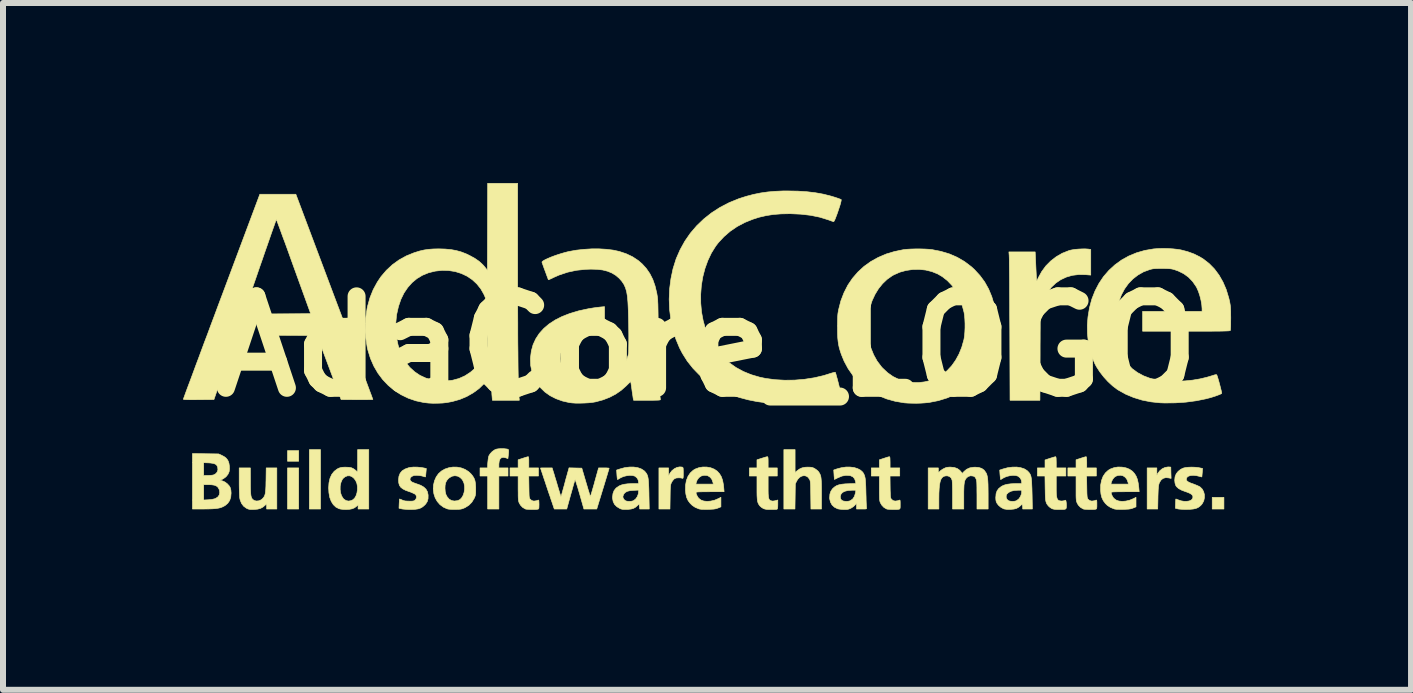
<source format=kicad_pcb>
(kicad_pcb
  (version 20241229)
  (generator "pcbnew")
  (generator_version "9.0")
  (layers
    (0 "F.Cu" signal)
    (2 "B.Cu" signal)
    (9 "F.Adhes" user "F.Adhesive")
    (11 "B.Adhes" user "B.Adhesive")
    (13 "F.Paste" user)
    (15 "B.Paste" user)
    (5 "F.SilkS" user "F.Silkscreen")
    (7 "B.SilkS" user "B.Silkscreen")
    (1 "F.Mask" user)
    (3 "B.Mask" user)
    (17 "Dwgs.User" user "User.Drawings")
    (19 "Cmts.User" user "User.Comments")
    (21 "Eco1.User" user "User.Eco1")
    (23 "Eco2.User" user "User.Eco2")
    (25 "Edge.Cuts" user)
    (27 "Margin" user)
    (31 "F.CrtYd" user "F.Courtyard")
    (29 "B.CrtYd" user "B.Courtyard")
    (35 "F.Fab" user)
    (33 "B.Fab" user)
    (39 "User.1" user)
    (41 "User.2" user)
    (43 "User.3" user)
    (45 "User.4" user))
  (footprint "AdaCore_LOGO"
    (layer "F.Cu")
    (at 8.734 2.723)
    (property "Reference" "AdaCore_LOGO" (at 0 0 0) (layer "F.SilkS") (effects (font (size 1.524 1.524) (thickness 0.3))))
    (attr through_hole)
    (fp_poly (pts (xy -6.807 1.913) (xy -6.993 1.913) (xy -6.993 1.736) (xy -6.807 1.736) (xy -6.807 1.913)) (stroke (width 0.01) (type solid)) (fill yes) (layer "F.SilkS"))
    (fp_poly (pts (xy -6.807 2.709) (xy -6.993 2.709) (xy -6.993 2.024) (xy -6.807 2.024) (xy -6.807 2.709)) (stroke (width 0.01) (type solid)) (fill yes) (layer "F.SilkS"))
    (fp_poly (pts (xy -6.443 2.709) (xy -6.629 2.709) (xy -6.629 1.719) (xy -6.443 1.719) (xy -6.443 2.709)) (stroke (width 0.01) (type solid)) (fill yes) (layer "F.SilkS"))
    (fp_poly (pts (xy 8.611 2.709) (xy 8.416 2.709) (xy 8.416 2.515) (xy 8.611 2.515) (xy 8.611 2.709)) (stroke (width 0.01) (type solid)) (fill yes) (layer "F.SilkS"))
    (fp_poly (pts (xy 7.695 2.008) (xy 7.726 2.011) (xy 7.728 2.105) (xy 7.731 2.199) (xy 7.693 2.191) (xy 7.644 2.186) (xy 7.601 2.197) (xy 7.566 2.223) (xy 7.539 2.264) (xy 7.531 2.284) (xy 7.526 2.301) (xy 7.522 2.323) (xy 7.519 2.352) (xy 7.516 2.39) (xy 7.514 2.441) (xy 7.512 2.505) (xy 7.512 2.517) (xy 7.508 2.709) (xy 7.332 2.709) (xy 7.332 2.024) (xy 7.493 2.024) (xy 7.493 2.085) (xy 7.494 2.146) (xy 7.51 2.115) (xy 7.541 2.073) (xy 7.582 2.039) (xy 7.629 2.017) (xy 7.679 2.008) (xy 7.695 2.008)) (stroke (width 0.01) (type solid)) (fill yes) (layer "F.SilkS"))
    (fp_poly (pts (xy -3.392 1.703) (xy -3.349 1.708) (xy -3.34 1.709) (xy -3.325 1.712) (xy -3.315 1.717) (xy -3.309 1.726) (xy -3.308 1.742) (xy -3.309 1.768) (xy -3.313 1.807) (xy -3.315 1.825) (xy -3.32 1.869) (xy -3.356 1.856) (xy -3.396 1.848) (xy -3.427 1.854) (xy -3.451 1.875) (xy -3.465 1.91) (xy -3.471 1.959) (xy -3.471 1.966) (xy -3.471 2.024) (xy -3.319 2.024) (xy -3.319 2.159) (xy -3.471 2.159) (xy -3.471 2.709) (xy -3.658 2.709) (xy -3.658 2.159) (xy -3.785 2.159) (xy -3.785 2.024) (xy -3.66 2.024) (xy -3.656 1.941) (xy -3.651 1.893) (xy -3.645 1.851) (xy -3.637 1.822) (xy -3.615 1.787) (xy -3.583 1.753) (xy -3.546 1.726) (xy -3.515 1.712) (xy -3.482 1.706) (xy -3.439 1.703) (xy -3.392 1.703)) (stroke (width 0.01) (type solid)) (fill yes) (layer "F.SilkS"))
    (fp_poly (pts (xy -0.419 2.01) (xy -0.41 2.013) (xy -0.404 2.018) (xy -0.4 2.029) (xy -0.399 2.048) (xy -0.398 2.078) (xy -0.398 2.109) (xy -0.398 2.15) (xy -0.399 2.176) (xy -0.401 2.191) (xy -0.404 2.197) (xy -0.41 2.198) (xy -0.417 2.196) (xy -0.437 2.191) (xy -0.465 2.189) (xy -0.48 2.189) (xy -0.52 2.193) (xy -0.551 2.209) (xy -0.577 2.239) (xy -0.593 2.265) (xy -0.599 2.279) (xy -0.605 2.292) (xy -0.608 2.308) (xy -0.611 2.327) (xy -0.613 2.354) (xy -0.615 2.389) (xy -0.616 2.437) (xy -0.617 2.498) (xy -0.617 2.508) (xy -0.62 2.709) (xy -0.804 2.709) (xy -0.804 2.024) (xy -0.643 2.024) (xy -0.643 2.089) (xy -0.643 2.155) (xy -0.618 2.11) (xy -0.587 2.07) (xy -0.547 2.038) (xy -0.503 2.016) (xy -0.457 2.007) (xy -0.419 2.01)) (stroke (width 0.01) (type solid)) (fill yes) (layer "F.SilkS"))
    (fp_poly (pts (xy 1.465 2.101) (xy 1.496 2.074) (xy 1.538 2.043) (xy 1.582 2.023) (xy 1.633 2.013) (xy 1.676 2.011) (xy 1.714 2.012) (xy 1.741 2.015) (xy 1.763 2.021) (xy 1.787 2.032) (xy 1.792 2.035) (xy 1.821 2.055) (xy 1.848 2.078) (xy 1.859 2.092) (xy 1.871 2.111) (xy 1.881 2.13) (xy 1.889 2.151) (xy 1.895 2.175) (xy 1.899 2.206) (xy 1.902 2.246) (xy 1.904 2.295) (xy 1.905 2.356) (xy 1.905 2.432) (xy 1.905 2.457) (xy 1.905 2.709) (xy 1.729 2.709) (xy 1.726 2.479) (xy 1.725 2.409) (xy 1.724 2.355) (xy 1.723 2.313) (xy 1.721 2.281) (xy 1.719 2.258) (xy 1.716 2.24) (xy 1.712 2.227) (xy 1.707 2.216) (xy 1.706 2.214) (xy 1.681 2.18) (xy 1.65 2.16) (xy 1.615 2.153) (xy 1.578 2.16) (xy 1.543 2.179) (xy 1.512 2.211) (xy 1.493 2.241) (xy 1.469 2.29) (xy 1.466 2.5) (xy 1.463 2.709) (xy 1.278 2.709) (xy 1.278 1.719) (xy 1.465 1.719) (xy 1.465 2.101)) (stroke (width 0.01) (type solid)) (fill yes) (layer "F.SilkS"))
    (fp_poly (pts (xy -7.611 2.246) (xy -7.611 2.321) (xy -7.61 2.381) (xy -7.608 2.429) (xy -7.605 2.465) (xy -7.601 2.493) (xy -7.595 2.514) (xy -7.587 2.531) (xy -7.577 2.545) (xy -7.573 2.549) (xy -7.544 2.569) (xy -7.509 2.576) (xy -7.47 2.572) (xy -7.433 2.556) (xy -7.412 2.539) (xy -7.396 2.522) (xy -7.383 2.504) (xy -7.373 2.483) (xy -7.365 2.457) (xy -7.36 2.424) (xy -7.356 2.381) (xy -7.353 2.327) (xy -7.352 2.258) (xy -7.351 2.229) (xy -7.348 2.024) (xy -7.171 2.024) (xy -7.171 2.709) (xy -7.341 2.709) (xy -7.341 2.621) (xy -7.368 2.648) (xy -7.405 2.678) (xy -7.444 2.699) (xy -7.49 2.711) (xy -7.546 2.716) (xy -7.552 2.716) (xy -7.591 2.717) (xy -7.618 2.716) (xy -7.639 2.712) (xy -7.659 2.705) (xy -7.679 2.695) (xy -7.724 2.662) (xy -7.759 2.616) (xy -7.782 2.559) (xy -7.789 2.528) (xy -7.791 2.505) (xy -7.793 2.468) (xy -7.795 2.419) (xy -7.797 2.362) (xy -7.798 2.3) (xy -7.798 2.249) (xy -7.798 2.024) (xy -7.612 2.024) (xy -7.611 2.246)) (stroke (width 0.01) (type solid)) (fill yes) (layer "F.SilkS"))
    (fp_poly (pts (xy 1.009 1.84) (xy 1.013 1.85) (xy 1.015 1.87) (xy 1.016 1.902) (xy 1.016 1.93) (xy 1.016 2.024) (xy 1.168 2.024) (xy 1.168 2.159) (xy 1.016 2.159) (xy 1.016 2.337) (xy 1.016 2.404) (xy 1.017 2.456) (xy 1.02 2.496) (xy 1.024 2.524) (xy 1.031 2.544) (xy 1.04 2.558) (xy 1.052 2.567) (xy 1.066 2.572) (xy 1.092 2.577) (xy 1.123 2.573) (xy 1.134 2.57) (xy 1.177 2.559) (xy 1.177 2.633) (xy 1.176 2.671) (xy 1.174 2.694) (xy 1.17 2.707) (xy 1.163 2.713) (xy 1.15 2.715) (xy 1.123 2.716) (xy 1.088 2.717) (xy 1.06 2.717) (xy 1.015 2.717) (xy 0.983 2.714) (xy 0.959 2.709) (xy 0.938 2.702) (xy 0.933 2.699) (xy 0.906 2.682) (xy 0.882 2.661) (xy 0.876 2.655) (xy 0.862 2.635) (xy 0.851 2.615) (xy 0.843 2.593) (xy 0.837 2.566) (xy 0.834 2.532) (xy 0.831 2.487) (xy 0.83 2.431) (xy 0.83 2.361) (xy 0.83 2.357) (xy 0.83 2.159) (xy 0.703 2.159) (xy 0.703 2.024) (xy 0.83 2.024) (xy 0.83 1.889) (xy 0.91 1.863) (xy 0.946 1.852) (xy 0.976 1.843) (xy 0.997 1.838) (xy 1.003 1.837) (xy 1.009 1.84)) (stroke (width 0.01) (type solid)) (fill yes) (layer "F.SilkS"))
    (fp_poly (pts (xy -2.977 1.842) (xy -2.974 1.858) (xy -2.972 1.888) (xy -2.972 1.93) (xy -2.972 2.024) (xy -2.811 2.024) (xy -2.811 2.159) (xy -2.973 2.159) (xy -2.97 2.34) (xy -2.969 2.401) (xy -2.968 2.447) (xy -2.967 2.481) (xy -2.965 2.505) (xy -2.962 2.521) (xy -2.958 2.533) (xy -2.952 2.542) (xy -2.95 2.545) (xy -2.923 2.568) (xy -2.888 2.577) (xy -2.844 2.571) (xy -2.817 2.561) (xy -2.81 2.56) (xy -2.806 2.564) (xy -2.804 2.578) (xy -2.803 2.604) (xy -2.802 2.631) (xy -2.803 2.667) (xy -2.804 2.69) (xy -2.807 2.703) (xy -2.813 2.709) (xy -2.822 2.712) (xy -2.842 2.715) (xy -2.874 2.717) (xy -2.912 2.717) (xy -2.951 2.716) (xy -2.988 2.714) (xy -3.016 2.712) (xy -3.031 2.708) (xy -3.075 2.682) (xy -3.111 2.644) (xy -3.129 2.613) (xy -3.136 2.599) (xy -3.14 2.585) (xy -3.144 2.57) (xy -3.146 2.55) (xy -3.148 2.523) (xy -3.149 2.488) (xy -3.149 2.44) (xy -3.15 2.379) (xy -3.15 2.364) (xy -3.15 2.159) (xy -3.285 2.159) (xy -3.285 2.024) (xy -3.15 2.024) (xy -3.15 1.889) (xy -3.071 1.863) (xy -3.037 1.852) (xy -3.007 1.843) (xy -2.988 1.838) (xy -2.982 1.837) (xy -2.977 1.842)) (stroke (width 0.01) (type solid)) (fill yes) (layer "F.SilkS"))
    (fp_poly (pts (xy 3.042 1.842) (xy 3.046 1.858) (xy 3.047 1.888) (xy 3.048 1.93) (xy 3.048 2.024) (xy 3.209 2.024) (xy 3.209 2.159) (xy 3.047 2.159) (xy 3.049 2.34) (xy 3.05 2.401) (xy 3.052 2.447) (xy 3.053 2.481) (xy 3.055 2.505) (xy 3.058 2.521) (xy 3.062 2.533) (xy 3.068 2.542) (xy 3.07 2.545) (xy 3.097 2.568) (xy 3.132 2.577) (xy 3.176 2.571) (xy 3.203 2.561) (xy 3.21 2.56) (xy 3.214 2.564) (xy 3.216 2.578) (xy 3.217 2.604) (xy 3.217 2.631) (xy 3.217 2.667) (xy 3.216 2.69) (xy 3.212 2.703) (xy 3.206 2.709) (xy 3.198 2.712) (xy 3.178 2.715) (xy 3.146 2.717) (xy 3.108 2.717) (xy 3.069 2.716) (xy 3.032 2.714) (xy 3.004 2.712) (xy 2.989 2.708) (xy 2.945 2.682) (xy 2.909 2.644) (xy 2.891 2.613) (xy 2.884 2.599) (xy 2.879 2.585) (xy 2.876 2.57) (xy 2.873 2.55) (xy 2.872 2.523) (xy 2.871 2.488) (xy 2.87 2.44) (xy 2.87 2.379) (xy 2.87 2.364) (xy 2.87 2.159) (xy 2.735 2.159) (xy 2.735 2.024) (xy 2.87 2.024) (xy 2.87 1.889) (xy 2.949 1.863) (xy 2.983 1.852) (xy 3.012 1.843) (xy 3.032 1.838) (xy 3.037 1.837) (xy 3.042 1.842)) (stroke (width 0.01) (type solid)) (fill yes) (layer "F.SilkS"))
    (fp_poly (pts (xy 6.319 1.842) (xy 6.322 1.858) (xy 6.324 1.888) (xy 6.325 1.93) (xy 6.325 2.024) (xy 6.485 2.024) (xy 6.485 2.159) (xy 6.323 2.159) (xy 6.326 2.34) (xy 6.327 2.401) (xy 6.328 2.447) (xy 6.33 2.481) (xy 6.332 2.505) (xy 6.335 2.521) (xy 6.339 2.533) (xy 6.344 2.542) (xy 6.346 2.545) (xy 6.373 2.568) (xy 6.409 2.577) (xy 6.452 2.571) (xy 6.479 2.561) (xy 6.486 2.56) (xy 6.491 2.564) (xy 6.493 2.578) (xy 6.494 2.604) (xy 6.494 2.631) (xy 6.494 2.667) (xy 6.492 2.69) (xy 6.489 2.703) (xy 6.483 2.709) (xy 6.475 2.712) (xy 6.454 2.715) (xy 6.423 2.717) (xy 6.385 2.717) (xy 6.345 2.716) (xy 6.309 2.714) (xy 6.28 2.712) (xy 6.266 2.708) (xy 6.222 2.682) (xy 6.185 2.644) (xy 6.167 2.613) (xy 6.161 2.599) (xy 6.156 2.585) (xy 6.152 2.57) (xy 6.15 2.55) (xy 6.148 2.523) (xy 6.147 2.488) (xy 6.147 2.44) (xy 6.147 2.379) (xy 6.147 2.364) (xy 6.147 2.159) (xy 6.011 2.159) (xy 6.011 2.024) (xy 6.147 2.024) (xy 6.147 1.889) (xy 6.225 1.863) (xy 6.26 1.852) (xy 6.289 1.843) (xy 6.309 1.838) (xy 6.314 1.837) (xy 6.319 1.842)) (stroke (width 0.01) (type solid)) (fill yes) (layer "F.SilkS"))
    (fp_poly (pts (xy 5.811 1.843) (xy 5.815 1.861) (xy 5.816 1.894) (xy 5.817 1.93) (xy 5.817 2.024) (xy 5.977 2.024) (xy 5.977 2.159) (xy 5.817 2.159) (xy 5.817 2.329) (xy 5.817 2.395) (xy 5.818 2.447) (xy 5.821 2.486) (xy 5.826 2.515) (xy 5.832 2.536) (xy 5.841 2.552) (xy 5.853 2.564) (xy 5.854 2.565) (xy 5.873 2.572) (xy 5.901 2.576) (xy 5.931 2.574) (xy 5.956 2.568) (xy 5.959 2.566) (xy 5.971 2.562) (xy 5.977 2.569) (xy 5.981 2.584) (xy 5.984 2.607) (xy 5.986 2.639) (xy 5.986 2.659) (xy 5.985 2.682) (xy 5.982 2.698) (xy 5.974 2.708) (xy 5.958 2.714) (xy 5.932 2.717) (xy 5.893 2.717) (xy 5.863 2.717) (xy 5.816 2.716) (xy 5.782 2.713) (xy 5.756 2.707) (xy 5.744 2.702) (xy 5.716 2.685) (xy 5.69 2.662) (xy 5.686 2.658) (xy 5.671 2.639) (xy 5.659 2.622) (xy 5.651 2.603) (xy 5.644 2.581) (xy 5.639 2.552) (xy 5.636 2.515) (xy 5.634 2.467) (xy 5.633 2.406) (xy 5.632 2.364) (xy 5.629 2.159) (xy 5.503 2.159) (xy 5.503 2.024) (xy 5.63 2.024) (xy 5.63 1.892) (xy 5.713 1.864) (xy 5.749 1.853) (xy 5.779 1.844) (xy 5.8 1.838) (xy 5.806 1.837) (xy 5.811 1.843)) (stroke (width 0.01) (type solid)) (fill yes) (layer "F.SilkS"))
    (fp_poly (pts (xy -5.639 2.709) (xy -5.817 2.709) (xy -5.817 2.638) (xy -5.84 2.661) (xy -5.875 2.688) (xy -5.914 2.705) (xy -5.962 2.714) (xy -6.02 2.717) (xy -6.066 2.715) (xy -6.105 2.711) (xy -6.134 2.704) (xy -6.135 2.704) (xy -6.187 2.677) (xy -6.23 2.636) (xy -6.264 2.582) (xy -6.289 2.516) (xy -6.303 2.438) (xy -6.306 2.383) (xy -6.116 2.383) (xy -6.109 2.439) (xy -6.092 2.49) (xy -6.066 2.531) (xy -6.056 2.543) (xy -6.018 2.568) (xy -5.977 2.577) (xy -5.934 2.57) (xy -5.904 2.555) (xy -5.875 2.529) (xy -5.852 2.49) (xy -5.836 2.442) (xy -5.828 2.389) (xy -5.828 2.334) (xy -5.837 2.282) (xy -5.838 2.281) (xy -5.856 2.237) (xy -5.884 2.199) (xy -5.918 2.171) (xy -5.953 2.156) (xy -5.954 2.156) (xy -5.995 2.156) (xy -6.034 2.172) (xy -6.068 2.2) (xy -6.082 2.22) (xy -6.103 2.269) (xy -6.115 2.325) (xy -6.116 2.383) (xy -6.306 2.383) (xy -6.308 2.362) (xy -6.302 2.273) (xy -6.285 2.197) (xy -6.256 2.133) (xy -6.215 2.081) (xy -6.164 2.042) (xy -6.139 2.029) (xy -6.112 2.02) (xy -6.082 2.014) (xy -6.042 2.012) (xy -6.024 2.012) (xy -5.973 2.014) (xy -5.933 2.02) (xy -5.9 2.034) (xy -5.868 2.056) (xy -5.856 2.066) (xy -5.825 2.093) (xy -5.825 1.719) (xy -5.639 1.719) (xy -5.639 2.709)) (stroke (width 0.01) (type solid)) (fill yes) (layer "F.SilkS"))
    (fp_poly (pts (xy -0.005 2.01) (xy 0.06 2.022) (xy 0.118 2.045) (xy 0.167 2.078) (xy 0.168 2.079) (xy 0.206 2.121) (xy 0.236 2.171) (xy 0.257 2.231) (xy 0.271 2.304) (xy 0.276 2.351) (xy 0.282 2.421) (xy 0.048 2.421) (xy -0.022 2.422) (xy -0.077 2.422) (xy -0.118 2.423) (xy -0.148 2.424) (xy -0.167 2.426) (xy -0.179 2.428) (xy -0.185 2.431) (xy -0.186 2.434) (xy -0.182 2.457) (xy -0.17 2.485) (xy -0.154 2.513) (xy -0.141 2.53) (xy -0.104 2.559) (xy -0.057 2.576) (xy -0.001 2.582) (xy 0.06 2.577) (xy 0.124 2.562) (xy 0.188 2.535) (xy 0.229 2.514) (xy 0.229 2.673) (xy 0.18 2.693) (xy 0.157 2.701) (xy 0.133 2.707) (xy 0.104 2.711) (xy 0.067 2.713) (xy 0.018 2.715) (xy 0.013 2.715) (xy -0.048 2.715) (xy -0.094 2.714) (xy -0.126 2.71) (xy -0.14 2.706) (xy -0.2 2.681) (xy -0.249 2.648) (xy -0.282 2.616) (xy -0.317 2.57) (xy -0.341 2.519) (xy -0.355 2.46) (xy -0.362 2.396) (xy -0.36 2.31) (xy -0.357 2.294) (xy -0.188 2.294) (xy 0.103 2.294) (xy 0.097 2.267) (xy 0.08 2.218) (xy 0.052 2.181) (xy 0.015 2.157) (xy -0.005 2.15) (xy -0.053 2.147) (xy -0.098 2.159) (xy -0.136 2.185) (xy -0.165 2.222) (xy -0.182 2.267) (xy -0.188 2.294) (xy -0.357 2.294) (xy -0.346 2.232) (xy -0.319 2.164) (xy -0.281 2.108) (xy -0.232 2.063) (xy -0.197 2.042) (xy -0.137 2.02) (xy -0.072 2.009) (xy -0.005 2.01)) (stroke (width 0.01) (type solid)) (fill yes) (layer "F.SilkS"))
    (fp_poly (pts (xy -4.167 2.011) (xy -4.099 2.024) (xy -4.034 2.049) (xy -3.976 2.086) (xy -3.938 2.121) (xy -3.907 2.159) (xy -3.884 2.197) (xy -3.869 2.238) (xy -3.861 2.286) (xy -3.857 2.346) (xy -3.857 2.371) (xy -3.857 2.416) (xy -3.858 2.448) (xy -3.861 2.472) (xy -3.866 2.492) (xy -3.874 2.513) (xy -3.883 2.532) (xy -3.921 2.595) (xy -3.971 2.646) (xy -4.033 2.685) (xy -4.037 2.687) (xy -4.063 2.698) (xy -4.085 2.706) (xy -4.107 2.711) (xy -4.136 2.714) (xy -4.174 2.715) (xy -4.195 2.715) (xy -4.258 2.715) (xy -4.305 2.712) (xy -4.333 2.706) (xy -4.397 2.677) (xy -4.453 2.635) (xy -4.498 2.583) (xy -4.532 2.523) (xy -4.554 2.456) (xy -4.564 2.386) (xy -4.563 2.362) (xy -4.369 2.362) (xy -4.365 2.419) (xy -4.354 2.465) (xy -4.334 2.504) (xy -4.333 2.506) (xy -4.299 2.545) (xy -4.259 2.568) (xy -4.213 2.576) (xy -4.16 2.57) (xy -4.153 2.568) (xy -4.117 2.55) (xy -4.088 2.519) (xy -4.065 2.478) (xy -4.05 2.43) (xy -4.042 2.379) (xy -4.043 2.326) (xy -4.053 2.276) (xy -4.074 2.231) (xy -4.081 2.219) (xy -4.117 2.183) (xy -4.159 2.161) (xy -4.204 2.154) (xy -4.249 2.162) (xy -4.293 2.186) (xy -4.315 2.204) (xy -4.341 2.236) (xy -4.358 2.272) (xy -4.367 2.315) (xy -4.369 2.362) (xy -4.563 2.362) (xy -4.561 2.313) (xy -4.544 2.24) (xy -4.515 2.174) (xy -4.476 2.119) (xy -4.426 2.075) (xy -4.368 2.042) (xy -4.304 2.021) (xy -4.236 2.01) (xy -4.167 2.011)) (stroke (width 0.01) (type solid)) (fill yes) (layer "F.SilkS"))
    (fp_poly (pts (xy 6.341 -1.623) (xy 6.353 -1.622) (xy 6.392 -1.616) (xy 6.392 -1.189) (xy 6.306 -1.196) (xy 6.192 -1.198) (xy 6.085 -1.185) (xy 5.985 -1.156) (xy 5.893 -1.113) (xy 5.81 -1.057) (xy 5.736 -0.987) (xy 5.672 -0.904) (xy 5.619 -0.808) (xy 5.578 -0.7) (xy 5.57 -0.673) (xy 5.566 -0.661) (xy 5.563 -0.65) (xy 5.561 -0.637) (xy 5.559 -0.623) (xy 5.557 -0.606) (xy 5.555 -0.585) (xy 5.554 -0.558) (xy 5.553 -0.525) (xy 5.552 -0.484) (xy 5.551 -0.435) (xy 5.55 -0.376) (xy 5.55 -0.306) (xy 5.549 -0.224) (xy 5.549 -0.128) (xy 5.548 -0.019) (xy 5.548 0.107) (xy 5.548 0.146) (xy 5.545 0.897) (xy 5.047 0.897) (xy 5.043 -0.277) (xy 5.042 -0.418) (xy 5.041 -0.555) (xy 5.041 -0.687) (xy 5.04 -0.813) (xy 5.039 -0.932) (xy 5.039 -1.043) (xy 5.038 -1.144) (xy 5.037 -1.236) (xy 5.036 -1.316) (xy 5.035 -1.385) (xy 5.035 -1.44) (xy 5.034 -1.48) (xy 5.033 -1.506) (xy 5.033 -1.513) (xy 5.028 -1.575) (xy 5.466 -1.575) (xy 5.477 -1.336) (xy 5.48 -1.274) (xy 5.483 -1.218) (xy 5.485 -1.169) (xy 5.488 -1.131) (xy 5.49 -1.105) (xy 5.491 -1.094) (xy 5.491 -1.093) (xy 5.496 -1.099) (xy 5.505 -1.116) (xy 5.517 -1.142) (xy 5.519 -1.146) (xy 5.575 -1.248) (xy 5.644 -1.342) (xy 5.725 -1.424) (xy 5.817 -1.495) (xy 5.917 -1.553) (xy 6.026 -1.596) (xy 6.041 -1.601) (xy 6.079 -1.609) (xy 6.129 -1.617) (xy 6.185 -1.622) (xy 6.243 -1.625) (xy 6.296 -1.626) (xy 6.341 -1.623)) (stroke (width 0.01) (type solid)) (fill yes) (layer "F.SilkS"))
    (fp_poly (pts (xy 6.913 2.011) (xy 6.978 2.023) (xy 7.037 2.046) (xy 7.087 2.08) (xy 7.087 2.08) (xy 7.121 2.118) (xy 7.148 2.161) (xy 7.169 2.214) (xy 7.183 2.278) (xy 7.193 2.355) (xy 7.193 2.356) (xy 7.199 2.421) (xy 6.965 2.421) (xy 6.895 2.422) (xy 6.841 2.422) (xy 6.799 2.423) (xy 6.77 2.424) (xy 6.75 2.426) (xy 6.738 2.428) (xy 6.732 2.431) (xy 6.731 2.434) (xy 6.736 2.457) (xy 6.747 2.485) (xy 6.763 2.513) (xy 6.776 2.53) (xy 6.813 2.559) (xy 6.86 2.576) (xy 6.916 2.582) (xy 6.977 2.577) (xy 7.041 2.562) (xy 7.106 2.535) (xy 7.146 2.514) (xy 7.146 2.673) (xy 7.097 2.693) (xy 7.074 2.701) (xy 7.05 2.707) (xy 7.022 2.711) (xy 6.985 2.713) (xy 6.935 2.715) (xy 6.93 2.715) (xy 6.869 2.715) (xy 6.823 2.714) (xy 6.791 2.71) (xy 6.778 2.706) (xy 6.718 2.681) (xy 6.668 2.648) (xy 6.635 2.616) (xy 6.601 2.57) (xy 6.577 2.519) (xy 6.562 2.46) (xy 6.556 2.396) (xy 6.557 2.31) (xy 6.56 2.294) (xy 6.729 2.294) (xy 7.02 2.294) (xy 7.014 2.267) (xy 6.996 2.218) (xy 6.968 2.181) (xy 6.931 2.156) (xy 6.888 2.146) (xy 6.841 2.151) (xy 6.805 2.165) (xy 6.781 2.184) (xy 6.758 2.213) (xy 6.741 2.247) (xy 6.734 2.267) (xy 6.729 2.294) (xy 6.56 2.294) (xy 6.572 2.232) (xy 6.598 2.164) (xy 6.636 2.108) (xy 6.685 2.063) (xy 6.72 2.042) (xy 6.78 2.02) (xy 6.845 2.009) (xy 6.913 2.011)) (stroke (width 0.01) (type solid)) (fill yes) (layer "F.SilkS"))
    (fp_poly (pts (xy -8.359 1.788) (xy -8.141 1.791) (xy -8.09 1.814) (xy -8.047 1.837) (xy -8.017 1.86) (xy -7.994 1.888) (xy -7.982 1.909) (xy -7.969 1.946) (xy -7.962 1.992) (xy -7.96 2.04) (xy -7.965 2.083) (xy -7.967 2.09) (xy -7.985 2.13) (xy -8.016 2.169) (xy -8.056 2.2) (xy -8.075 2.211) (xy -8.114 2.23) (xy -8.076 2.241) (xy -8.036 2.259) (xy -7.997 2.288) (xy -7.965 2.323) (xy -7.949 2.349) (xy -7.937 2.392) (xy -7.933 2.443) (xy -7.939 2.511) (xy -7.957 2.567) (xy -7.989 2.614) (xy -8.033 2.651) (xy -8.051 2.661) (xy -8.081 2.676) (xy -8.113 2.688) (xy -8.15 2.696) (xy -8.194 2.702) (xy -8.247 2.706) (xy -8.312 2.708) (xy -8.391 2.709) (xy -8.393 2.709) (xy -8.577 2.709) (xy -8.577 2.303) (xy -8.39 2.303) (xy -8.39 2.559) (xy -8.312 2.555) (xy -8.253 2.549) (xy -8.209 2.539) (xy -8.194 2.534) (xy -8.155 2.509) (xy -8.131 2.476) (xy -8.122 2.437) (xy -8.128 2.393) (xy -8.135 2.377) (xy -8.152 2.347) (xy -8.177 2.326) (xy -8.211 2.312) (xy -8.257 2.305) (xy -8.308 2.303) (xy -8.39 2.303) (xy -8.577 2.303) (xy -8.577 2.151) (xy -8.39 2.151) (xy -8.325 2.15) (xy -8.288 2.149) (xy -8.254 2.146) (xy -8.229 2.142) (xy -8.228 2.142) (xy -8.193 2.124) (xy -8.167 2.096) (xy -8.154 2.062) (xy -8.153 2.049) (xy -8.157 2.011) (xy -8.17 1.983) (xy -8.193 1.962) (xy -8.229 1.949) (xy -8.278 1.942) (xy -8.308 1.94) (xy -8.39 1.937) (xy -8.39 2.151) (xy -8.577 2.151) (xy -8.577 1.785) (xy -8.359 1.788)) (stroke (width 0.01) (type solid)) (fill yes) (layer "F.SilkS"))
    (fp_poly (pts (xy 8.13 2.013) (xy 8.181 2.018) (xy 8.206 2.023) (xy 8.255 2.033) (xy 8.25 2.102) (xy 8.247 2.135) (xy 8.245 2.159) (xy 8.243 2.173) (xy 8.243 2.174) (xy 8.235 2.173) (xy 8.216 2.168) (xy 8.212 2.167) (xy 8.153 2.153) (xy 8.1 2.148) (xy 8.055 2.151) (xy 8.02 2.162) (xy 7.996 2.18) (xy 7.985 2.206) (xy 7.984 2.214) (xy 7.988 2.231) (xy 8.001 2.246) (xy 8.025 2.262) (xy 8.062 2.278) (xy 8.1 2.291) (xy 8.138 2.306) (xy 8.174 2.321) (xy 8.203 2.335) (xy 8.213 2.341) (xy 8.249 2.376) (xy 8.273 2.42) (xy 8.286 2.469) (xy 8.286 2.522) (xy 8.275 2.573) (xy 8.25 2.62) (xy 8.238 2.636) (xy 8.209 2.664) (xy 8.179 2.685) (xy 8.143 2.7) (xy 8.1 2.709) (xy 8.045 2.714) (xy 8.001 2.715) (xy 7.946 2.715) (xy 7.898 2.713) (xy 7.861 2.71) (xy 7.844 2.707) (xy 7.802 2.696) (xy 7.805 2.62) (xy 7.806 2.587) (xy 7.808 2.56) (xy 7.809 2.545) (xy 7.81 2.542) (xy 7.818 2.544) (xy 7.837 2.551) (xy 7.854 2.558) (xy 7.899 2.573) (xy 7.946 2.581) (xy 7.992 2.581) (xy 8.032 2.575) (xy 8.065 2.561) (xy 8.085 2.541) (xy 8.085 2.54) (xy 8.095 2.512) (xy 8.091 2.487) (xy 8.072 2.465) (xy 8.038 2.445) (xy 7.988 2.425) (xy 7.975 2.421) (xy 7.908 2.396) (xy 7.856 2.368) (xy 7.822 2.337) (xy 7.81 2.32) (xy 7.796 2.278) (xy 7.791 2.229) (xy 7.796 2.178) (xy 7.798 2.167) (xy 7.817 2.121) (xy 7.85 2.08) (xy 7.892 2.047) (xy 7.934 2.027) (xy 7.971 2.018) (xy 8.019 2.013) (xy 8.074 2.011) (xy 8.13 2.013)) (stroke (width 0.01) (type solid)) (fill yes) (layer "F.SilkS"))
    (fp_poly (pts (xy -4.828 2.011) (xy -4.762 2.018) (xy -4.721 2.025) (xy -4.68 2.034) (xy -4.686 2.103) (xy -4.689 2.135) (xy -4.692 2.16) (xy -4.694 2.173) (xy -4.695 2.174) (xy -4.703 2.173) (xy -4.72 2.168) (xy -4.754 2.158) (xy -4.795 2.151) (xy -4.837 2.148) (xy -4.872 2.149) (xy -4.888 2.151) (xy -4.922 2.166) (xy -4.944 2.186) (xy -4.953 2.21) (xy -4.947 2.234) (xy -4.931 2.251) (xy -4.913 2.262) (xy -4.884 2.274) (xy -4.849 2.287) (xy -4.839 2.29) (xy -4.773 2.314) (xy -4.722 2.344) (xy -4.686 2.378) (xy -4.662 2.42) (xy -4.651 2.47) (xy -4.65 2.48) (xy -4.651 2.537) (xy -4.664 2.584) (xy -4.69 2.625) (xy -4.706 2.642) (xy -4.74 2.672) (xy -4.776 2.693) (xy -4.817 2.707) (xy -4.867 2.714) (xy -4.929 2.717) (xy -4.947 2.717) (xy -4.992 2.716) (xy -5.035 2.713) (xy -5.071 2.71) (xy -5.093 2.706) (xy -5.135 2.696) (xy -5.132 2.62) (xy -5.13 2.586) (xy -5.129 2.56) (xy -5.127 2.544) (xy -5.127 2.542) (xy -5.119 2.544) (xy -5.1 2.551) (xy -5.083 2.559) (xy -5.058 2.569) (xy -5.031 2.575) (xy -4.996 2.577) (xy -4.964 2.578) (xy -4.927 2.578) (xy -4.902 2.576) (xy -4.885 2.572) (xy -4.873 2.565) (xy -4.865 2.558) (xy -4.847 2.531) (xy -4.843 2.501) (xy -4.855 2.474) (xy -4.863 2.465) (xy -4.879 2.455) (xy -4.907 2.442) (xy -4.942 2.427) (xy -4.969 2.418) (xy -5.029 2.396) (xy -5.074 2.372) (xy -5.107 2.345) (xy -5.128 2.314) (xy -5.139 2.275) (xy -5.143 2.227) (xy -5.143 2.223) (xy -5.136 2.163) (xy -5.116 2.113) (xy -5.083 2.073) (xy -5.035 2.043) (xy -4.974 2.021) (xy -4.944 2.015) (xy -4.891 2.01) (xy -4.828 2.011)) (stroke (width 0.01) (type solid)) (fill yes) (layer "F.SilkS"))
    (fp_poly (pts (xy 4.117 2.017) (xy 4.167 2.034) (xy 4.208 2.063) (xy 4.224 2.081) (xy 4.252 2.115) (xy 4.281 2.083) (xy 4.324 2.047) (xy 4.377 2.023) (xy 4.44 2.013) (xy 4.466 2.012) (xy 4.527 2.017) (xy 4.576 2.033) (xy 4.615 2.061) (xy 4.645 2.103) (xy 4.651 2.113) (xy 4.66 2.135) (xy 4.667 2.162) (xy 4.673 2.197) (xy 4.677 2.242) (xy 4.68 2.297) (xy 4.681 2.365) (xy 4.682 2.448) (xy 4.682 2.479) (xy 4.682 2.709) (xy 4.496 2.709) (xy 4.496 2.474) (xy 4.495 2.404) (xy 4.495 2.349) (xy 4.494 2.306) (xy 4.493 2.273) (xy 4.491 2.249) (xy 4.488 2.231) (xy 4.485 2.218) (xy 4.48 2.206) (xy 4.479 2.204) (xy 4.465 2.179) (xy 4.448 2.166) (xy 4.432 2.16) (xy 4.389 2.155) (xy 4.352 2.166) (xy 4.326 2.186) (xy 4.312 2.202) (xy 4.3 2.221) (xy 4.291 2.244) (xy 4.285 2.273) (xy 4.28 2.311) (xy 4.278 2.359) (xy 4.276 2.42) (xy 4.276 2.495) (xy 4.276 2.503) (xy 4.276 2.709) (xy 4.089 2.709) (xy 4.089 2.483) (xy 4.089 2.421) (xy 4.088 2.363) (xy 4.087 2.312) (xy 4.085 2.27) (xy 4.083 2.241) (xy 4.081 2.226) (xy 4.064 2.189) (xy 4.036 2.166) (xy 4 2.156) (xy 3.993 2.156) (xy 3.961 2.159) (xy 3.934 2.17) (xy 3.913 2.188) (xy 3.895 2.216) (xy 3.882 2.255) (xy 3.872 2.306) (xy 3.866 2.369) (xy 3.862 2.447) (xy 3.861 2.541) (xy 3.861 2.551) (xy 3.861 2.709) (xy 3.683 2.709) (xy 3.683 2.024) (xy 3.852 2.024) (xy 3.852 2.109) (xy 3.874 2.084) (xy 3.894 2.066) (xy 3.922 2.047) (xy 3.944 2.035) (xy 3.974 2.021) (xy 4.002 2.014) (xy 4.034 2.011) (xy 4.056 2.011) (xy 4.117 2.017)) (stroke (width 0.01) (type solid)) (fill yes) (layer "F.SilkS"))
    (fp_poly (pts (xy -1.223 2.01) (xy -1.156 2.02) (xy -1.098 2.041) (xy -1.051 2.071) (xy -1.034 2.088) (xy -1.019 2.107) (xy -1.006 2.126) (xy -0.996 2.149) (xy -0.988 2.176) (xy -0.982 2.21) (xy -0.978 2.253) (xy -0.975 2.306) (xy -0.972 2.372) (xy -0.97 2.453) (xy -0.97 2.47) (xy -0.965 2.709) (xy -1.124 2.709) (xy -1.135 2.625) (xy -1.163 2.653) (xy -1.195 2.68) (xy -1.227 2.698) (xy -1.266 2.709) (xy -1.316 2.715) (xy -1.338 2.716) (xy -1.38 2.716) (xy -1.411 2.714) (xy -1.434 2.709) (xy -1.452 2.702) (xy -1.505 2.67) (xy -1.544 2.631) (xy -1.567 2.583) (xy -1.577 2.527) (xy -1.577 2.514) (xy -1.576 2.507) (xy -1.405 2.507) (xy -1.398 2.531) (xy -1.381 2.555) (xy -1.362 2.571) (xy -1.336 2.579) (xy -1.302 2.582) (xy -1.265 2.58) (xy -1.235 2.573) (xy -1.228 2.57) (xy -1.192 2.542) (xy -1.164 2.503) (xy -1.147 2.456) (xy -1.143 2.418) (xy -1.143 2.394) (xy -1.226 2.398) (xy -1.285 2.403) (xy -1.33 2.414) (xy -1.362 2.431) (xy -1.385 2.454) (xy -1.392 2.467) (xy -1.401 2.489) (xy -1.405 2.506) (xy -1.405 2.507) (xy -1.576 2.507) (xy -1.57 2.453) (xy -1.551 2.402) (xy -1.518 2.36) (xy -1.47 2.327) (xy -1.465 2.324) (xy -1.424 2.307) (xy -1.378 2.296) (xy -1.324 2.289) (xy -1.258 2.286) (xy -1.24 2.286) (xy -1.143 2.286) (xy -1.143 2.258) (xy -1.151 2.222) (xy -1.171 2.189) (xy -1.201 2.164) (xy -1.204 2.162) (xy -1.241 2.151) (xy -1.288 2.148) (xy -1.339 2.154) (xy -1.391 2.166) (xy -1.438 2.186) (xy -1.465 2.202) (xy -1.483 2.213) (xy -1.494 2.217) (xy -1.495 2.216) (xy -1.497 2.207) (xy -1.5 2.184) (xy -1.503 2.153) (xy -1.504 2.136) (xy -1.509 2.06) (xy -1.455 2.042) (xy -1.375 2.02) (xy -1.296 2.01) (xy -1.223 2.01)) (stroke (width 0.01) (type solid)) (fill yes) (layer "F.SilkS"))
    (fp_poly (pts (xy 5.224 2.02) (xy 5.283 2.039) (xy 5.329 2.067) (xy 5.344 2.081) (xy 5.36 2.098) (xy 5.373 2.114) (xy 5.383 2.132) (xy 5.392 2.153) (xy 5.398 2.178) (xy 5.403 2.211) (xy 5.407 2.252) (xy 5.409 2.304) (xy 5.412 2.368) (xy 5.414 2.447) (xy 5.415 2.487) (xy 5.419 2.709) (xy 5.258 2.709) (xy 5.258 2.686) (xy 5.256 2.662) (xy 5.253 2.645) (xy 5.249 2.636) (xy 5.243 2.635) (xy 5.23 2.645) (xy 5.22 2.655) (xy 5.186 2.682) (xy 5.152 2.7) (xy 5.111 2.71) (xy 5.059 2.715) (xy 5.05 2.716) (xy 4.994 2.715) (xy 4.953 2.709) (xy 4.941 2.706) (xy 4.895 2.681) (xy 4.854 2.646) (xy 4.828 2.611) (xy 4.817 2.587) (xy 4.811 2.559) (xy 4.809 2.522) (xy 4.809 2.516) (xy 4.812 2.487) (xy 4.983 2.487) (xy 4.983 2.518) (xy 4.996 2.547) (xy 5.019 2.569) (xy 5.02 2.57) (xy 5.047 2.578) (xy 5.083 2.582) (xy 5.119 2.58) (xy 5.149 2.573) (xy 5.155 2.57) (xy 5.192 2.542) (xy 5.22 2.503) (xy 5.237 2.458) (xy 5.241 2.426) (xy 5.241 2.396) (xy 5.179 2.396) (xy 5.116 2.4) (xy 5.063 2.413) (xy 5.022 2.434) (xy 4.994 2.461) (xy 4.983 2.487) (xy 4.812 2.487) (xy 4.814 2.455) (xy 4.831 2.406) (xy 4.86 2.366) (xy 4.903 2.333) (xy 4.919 2.324) (xy 4.96 2.307) (xy 5.005 2.296) (xy 5.06 2.289) (xy 5.126 2.286) (xy 5.144 2.286) (xy 5.241 2.286) (xy 5.241 2.258) (xy 5.233 2.222) (xy 5.213 2.189) (xy 5.183 2.164) (xy 5.18 2.162) (xy 5.143 2.151) (xy 5.096 2.148) (xy 5.045 2.154) (xy 4.993 2.166) (xy 4.945 2.186) (xy 4.919 2.202) (xy 4.901 2.213) (xy 4.89 2.217) (xy 4.889 2.217) (xy 4.887 2.207) (xy 4.885 2.185) (xy 4.882 2.154) (xy 4.88 2.137) (xy 4.875 2.06) (xy 4.929 2.042) (xy 5.007 2.021) (xy 5.085 2.011) (xy 5.158 2.01) (xy 5.224 2.02)) (stroke (width 0.01) (type solid)) (fill yes) (layer "F.SilkS"))
    (fp_poly (pts (xy -2.089 2.028) (xy -2.02 2.262) (xy -2.002 2.322) (xy -1.986 2.377) (xy -1.971 2.424) (xy -1.96 2.462) (xy -1.952 2.488) (xy -1.947 2.5) (xy -1.947 2.501) (xy -1.944 2.494) (xy -1.937 2.473) (xy -1.926 2.439) (xy -1.913 2.395) (xy -1.898 2.343) (xy -1.881 2.284) (xy -1.876 2.264) (xy -1.809 2.024) (xy -1.721 2.024) (xy -1.685 2.024) (xy -1.656 2.026) (xy -1.638 2.028) (xy -1.634 2.03) (xy -1.636 2.039) (xy -1.643 2.063) (xy -1.654 2.099) (xy -1.668 2.147) (xy -1.685 2.203) (xy -1.705 2.268) (xy -1.726 2.338) (xy -1.737 2.373) (xy -1.84 2.709) (xy -2.054 2.709) (xy -2.125 2.459) (xy -2.143 2.398) (xy -2.159 2.343) (xy -2.174 2.296) (xy -2.186 2.258) (xy -2.195 2.233) (xy -2.201 2.221) (xy -2.202 2.22) (xy -2.205 2.231) (xy -2.213 2.256) (xy -2.224 2.293) (xy -2.237 2.339) (xy -2.252 2.394) (xy -2.269 2.454) (xy -2.274 2.47) (xy -2.34 2.709) (xy -2.547 2.709) (xy -2.557 2.682) (xy -2.562 2.666) (xy -2.572 2.637) (xy -2.585 2.598) (xy -2.602 2.549) (xy -2.62 2.494) (xy -2.641 2.435) (xy -2.662 2.372) (xy -2.683 2.309) (xy -2.703 2.248) (xy -2.723 2.19) (xy -2.74 2.138) (xy -2.755 2.093) (xy -2.767 2.058) (xy -2.774 2.036) (xy -2.777 2.026) (xy -2.777 2.026) (xy -2.769 2.025) (xy -2.748 2.024) (xy -2.716 2.024) (xy -2.68 2.024) (xy -2.583 2.024) (xy -2.562 2.093) (xy -2.552 2.124) (xy -2.54 2.166) (xy -2.524 2.217) (xy -2.507 2.273) (xy -2.491 2.329) (xy -2.49 2.331) (xy -2.475 2.382) (xy -2.461 2.426) (xy -2.45 2.463) (xy -2.441 2.489) (xy -2.437 2.501) (xy -2.437 2.502) (xy -2.434 2.495) (xy -2.427 2.474) (xy -2.417 2.441) (xy -2.405 2.398) (xy -2.391 2.347) (xy -2.379 2.305) (xy -2.364 2.246) (xy -2.349 2.191) (xy -2.335 2.142) (xy -2.324 2.102) (xy -2.316 2.074) (xy -2.313 2.064) (xy -2.302 2.023) (xy -2.089 2.028)) (stroke (width 0.01) (type solid)) (fill yes) (layer "F.SilkS"))
    (fp_poly (pts (xy 2.449 2.018) (xy 2.507 2.036) (xy 2.556 2.062) (xy 2.593 2.096) (xy 2.6 2.107) (xy 2.611 2.126) (xy 2.62 2.146) (xy 2.627 2.169) (xy 2.633 2.197) (xy 2.637 2.232) (xy 2.64 2.278) (xy 2.643 2.334) (xy 2.645 2.404) (xy 2.646 2.447) (xy 2.648 2.508) (xy 2.649 2.564) (xy 2.651 2.613) (xy 2.653 2.652) (xy 2.655 2.678) (xy 2.656 2.69) (xy 2.657 2.699) (xy 2.655 2.704) (xy 2.645 2.708) (xy 2.626 2.709) (xy 2.594 2.709) (xy 2.575 2.709) (xy 2.489 2.709) (xy 2.489 2.612) (xy 2.464 2.643) (xy 2.441 2.665) (xy 2.411 2.686) (xy 2.394 2.696) (xy 2.369 2.707) (xy 2.345 2.714) (xy 2.317 2.717) (xy 2.278 2.717) (xy 2.24 2.715) (xy 2.203 2.711) (xy 2.176 2.706) (xy 2.171 2.704) (xy 2.12 2.678) (xy 2.08 2.64) (xy 2.054 2.592) (xy 2.041 2.537) (xy 2.04 2.519) (xy 2.042 2.505) (xy 2.218 2.505) (xy 2.224 2.539) (xy 2.241 2.563) (xy 2.272 2.577) (xy 2.316 2.582) (xy 2.318 2.582) (xy 2.349 2.58) (xy 2.376 2.574) (xy 2.386 2.57) (xy 2.426 2.541) (xy 2.454 2.499) (xy 2.47 2.445) (xy 2.472 2.438) (xy 2.478 2.396) (xy 2.413 2.396) (xy 2.348 2.4) (xy 2.295 2.413) (xy 2.255 2.433) (xy 2.23 2.462) (xy 2.219 2.497) (xy 2.218 2.505) (xy 2.042 2.505) (xy 2.045 2.462) (xy 2.06 2.416) (xy 2.085 2.377) (xy 2.095 2.366) (xy 2.125 2.34) (xy 2.157 2.32) (xy 2.195 2.306) (xy 2.243 2.296) (xy 2.302 2.29) (xy 2.355 2.288) (xy 2.478 2.284) (xy 2.471 2.245) (xy 2.456 2.204) (xy 2.43 2.174) (xy 2.391 2.155) (xy 2.373 2.151) (xy 2.311 2.148) (xy 2.246 2.16) (xy 2.179 2.188) (xy 2.176 2.189) (xy 2.15 2.203) (xy 2.13 2.212) (xy 2.121 2.216) (xy 2.121 2.216) (xy 2.119 2.207) (xy 2.118 2.185) (xy 2.115 2.155) (xy 2.114 2.136) (xy 2.109 2.059) (xy 2.161 2.041) (xy 2.236 2.021) (xy 2.311 2.01) (xy 2.383 2.01) (xy 2.449 2.018)) (stroke (width 0.01) (type solid)) (fill yes) (layer "F.SilkS"))
    (fp_poly (pts (xy -6.213 -0.83) (xy -6.151 -0.666) (xy -6.091 -0.507) (xy -6.033 -0.353) (xy -5.978 -0.204) (xy -5.924 -0.062) (xy -5.874 0.073) (xy -5.826 0.2) (xy -5.781 0.319) (xy -5.74 0.428) (xy -5.703 0.528) (xy -5.67 0.616) (xy -5.641 0.694) (xy -5.617 0.759) (xy -5.597 0.811) (xy -5.583 0.85) (xy -5.574 0.874) (xy -5.571 0.883) (xy -5.571 0.883) (xy -5.579 0.884) (xy -5.602 0.886) (xy -5.638 0.886) (xy -5.685 0.887) (xy -5.74 0.887) (xy -5.803 0.887) (xy -5.835 0.887) (xy -6.1 0.885) (xy -6.3 0.351) (xy -6.5 -0.182) (xy -6.954 -0.184) (xy -7.063 -0.185) (xy -7.155 -0.186) (xy -7.232 -0.187) (xy -7.295 -0.188) (xy -7.342 -0.189) (xy -7.377 -0.191) (xy -7.398 -0.193) (xy -7.408 -0.195) (xy -7.408 -0.196) (xy -7.406 -0.206) (xy -7.399 -0.23) (xy -7.388 -0.265) (xy -7.374 -0.309) (xy -7.358 -0.359) (xy -7.353 -0.373) (xy -7.297 -0.542) (xy -6.607 -0.546) (xy -6.891 -1.331) (xy -6.931 -1.442) (xy -6.969 -1.548) (xy -7.005 -1.648) (xy -7.039 -1.741) (xy -7.071 -1.826) (xy -7.099 -1.903) (xy -7.123 -1.969) (xy -7.144 -2.025) (xy -7.16 -2.068) (xy -7.172 -2.098) (xy -7.178 -2.114) (xy -7.179 -2.117) (xy -7.182 -2.109) (xy -7.191 -2.086) (xy -7.204 -2.048) (xy -7.222 -1.997) (xy -7.245 -1.933) (xy -7.272 -1.856) (xy -7.302 -1.769) (xy -7.336 -1.671) (xy -7.374 -1.563) (xy -7.414 -1.446) (xy -7.458 -1.321) (xy -7.503 -1.189) (xy -7.551 -1.05) (xy -7.601 -0.905) (xy -7.653 -0.755) (xy -7.701 -0.616) (xy -8.219 0.885) (xy -8.474 0.887) (xy -8.549 0.888) (xy -8.609 0.888) (xy -8.655 0.887) (xy -8.688 0.886) (xy -8.711 0.885) (xy -8.724 0.882) (xy -8.729 0.879) (xy -8.729 0.879) (xy -8.726 0.87) (xy -8.717 0.846) (xy -8.703 0.807) (xy -8.684 0.755) (xy -8.66 0.69) (xy -8.631 0.613) (xy -8.598 0.525) (xy -8.561 0.425) (xy -8.521 0.316) (xy -8.476 0.197) (xy -8.429 0.07) (xy -8.379 -0.065) (xy -8.325 -0.207) (xy -8.27 -0.356) (xy -8.212 -0.51) (xy -8.153 -0.669) (xy -8.092 -0.832) (xy -8.091 -0.834) (xy -7.454 -2.536) (xy -6.854 -2.536) (xy -6.213 -0.83)) (stroke (width 0.01) (type solid)) (fill yes) (layer "F.SilkS"))
    (fp_poly (pts (xy 1.512 -2.588) (xy 1.664 -2.578) (xy 1.805 -2.561) (xy 1.938 -2.537) (xy 2.064 -2.505) (xy 2.117 -2.489) (xy 2.157 -2.476) (xy 2.192 -2.464) (xy 2.218 -2.454) (xy 2.232 -2.449) (xy 2.233 -2.448) (xy 2.234 -2.438) (xy 2.23 -2.415) (xy 2.222 -2.382) (xy 2.21 -2.342) (xy 2.195 -2.297) (xy 2.179 -2.249) (xy 2.163 -2.203) (xy 2.147 -2.161) (xy 2.133 -2.124) (xy 2.12 -2.097) (xy 2.111 -2.082) (xy 2.108 -2.08) (xy 2.095 -2.083) (xy 2.07 -2.091) (xy 2.038 -2.103) (xy 2.015 -2.111) (xy 1.876 -2.154) (xy 1.725 -2.185) (xy 1.562 -2.204) (xy 1.388 -2.212) (xy 1.372 -2.212) (xy 1.231 -2.209) (xy 1.102 -2.199) (xy 0.982 -2.18) (xy 0.865 -2.153) (xy 0.759 -2.119) (xy 0.625 -2.065) (xy 0.499 -1.998) (xy 0.383 -1.919) (xy 0.279 -1.829) (xy 0.187 -1.73) (xy 0.141 -1.67) (xy 0.07 -1.556) (xy 0.011 -1.431) (xy -0.037 -1.298) (xy -0.073 -1.159) (xy -0.097 -1.014) (xy -0.108 -0.867) (xy -0.107 -0.72) (xy -0.094 -0.574) (xy -0.067 -0.431) (xy -0.029 -0.293) (xy 0.023 -0.162) (xy 0.034 -0.14) (xy 0.079 -0.054) (xy 0.127 0.021) (xy 0.181 0.091) (xy 0.247 0.163) (xy 0.258 0.174) (xy 0.363 0.268) (xy 0.477 0.349) (xy 0.6 0.416) (xy 0.734 0.471) (xy 0.878 0.513) (xy 0.975 0.533) (xy 1.13 0.554) (xy 1.292 0.563) (xy 1.458 0.561) (xy 1.623 0.547) (xy 1.785 0.522) (xy 1.939 0.486) (xy 2.032 0.457) (xy 2.07 0.445) (xy 2.102 0.436) (xy 2.124 0.431) (xy 2.134 0.43) (xy 2.134 0.43) (xy 2.139 0.441) (xy 2.147 0.465) (xy 2.156 0.5) (xy 2.168 0.541) (xy 2.18 0.587) (xy 2.192 0.634) (xy 2.203 0.68) (xy 2.212 0.72) (xy 2.22 0.753) (xy 2.224 0.775) (xy 2.224 0.782) (xy 2.213 0.793) (xy 2.186 0.806) (xy 2.148 0.82) (xy 2.099 0.835) (xy 2.043 0.851) (xy 1.98 0.867) (xy 1.914 0.882) (xy 1.847 0.896) (xy 1.78 0.908) (xy 1.74 0.914) (xy 1.628 0.927) (xy 1.508 0.938) (xy 1.385 0.944) (xy 1.262 0.948) (xy 1.145 0.947) (xy 1.037 0.943) (xy 0.982 0.939) (xy 0.832 0.919) (xy 0.682 0.889) (xy 0.535 0.85) (xy 0.395 0.801) (xy 0.264 0.745) (xy 0.146 0.683) (xy 0.127 0.671) (xy -0.004 0.581) (xy -0.125 0.479) (xy -0.234 0.367) (xy -0.331 0.245) (xy -0.413 0.115) (xy -0.46 0.025) (xy -0.522 -0.124) (xy -0.57 -0.281) (xy -0.605 -0.445) (xy -0.626 -0.614) (xy -0.633 -0.785) (xy -0.626 -0.957) (xy -0.604 -1.127) (xy -0.569 -1.294) (xy -0.567 -1.3) (xy -0.517 -1.46) (xy -0.451 -1.611) (xy -0.372 -1.754) (xy -0.28 -1.887) (xy -0.174 -2.011) (xy -0.056 -2.124) (xy 0.073 -2.226) (xy 0.214 -2.317) (xy 0.366 -2.396) (xy 0.528 -2.462) (xy 0.653 -2.502) (xy 0.771 -2.533) (xy 0.888 -2.557) (xy 1.007 -2.574) (xy 1.132 -2.585) (xy 1.268 -2.591) (xy 1.346 -2.591) (xy 1.512 -2.588)) (stroke (width 0.01) (type solid)) (fill yes) (layer "F.SilkS"))
    (fp_poly (pts (xy 3.55 -1.625) (xy 3.626 -1.623) (xy 3.695 -1.619) (xy 3.75 -1.613) (xy 3.899 -1.583) (xy 4.039 -1.541) (xy 4.169 -1.484) (xy 4.289 -1.414) (xy 4.4 -1.33) (xy 4.453 -1.282) (xy 4.545 -1.182) (xy 4.624 -1.075) (xy 4.69 -0.957) (xy 4.743 -0.829) (xy 4.784 -0.69) (xy 4.794 -0.65) (xy 4.8 -0.619) (xy 4.805 -0.589) (xy 4.808 -0.558) (xy 4.81 -0.523) (xy 4.812 -0.479) (xy 4.813 -0.424) (xy 4.813 -0.368) (xy 4.812 -0.283) (xy 4.81 -0.211) (xy 4.805 -0.148) (xy 4.798 -0.091) (xy 4.787 -0.037) (xy 4.773 0.02) (xy 4.755 0.081) (xy 4.752 0.089) (xy 4.701 0.222) (xy 4.637 0.345) (xy 4.559 0.458) (xy 4.468 0.561) (xy 4.366 0.653) (xy 4.253 0.734) (xy 4.129 0.803) (xy 3.995 0.859) (xy 3.852 0.903) (xy 3.7 0.933) (xy 3.676 0.936) (xy 3.621 0.941) (xy 3.556 0.945) (xy 3.484 0.947) (xy 3.412 0.946) (xy 3.346 0.944) (xy 3.289 0.94) (xy 3.282 0.939) (xy 3.134 0.914) (xy 2.993 0.875) (xy 2.861 0.822) (xy 2.738 0.756) (xy 2.624 0.677) (xy 2.521 0.586) (xy 2.429 0.484) (xy 2.35 0.371) (xy 2.283 0.247) (xy 2.236 0.133) (xy 2.217 0.075) (xy 2.201 0.022) (xy 2.19 -0.03) (xy 2.182 -0.083) (xy 2.176 -0.141) (xy 2.173 -0.208) (xy 2.172 -0.287) (xy 2.172 -0.318) (xy 2.172 -0.341) (xy 2.671 -0.341) (xy 2.677 -0.214) (xy 2.697 -0.091) (xy 2.729 0.027) (xy 2.774 0.139) (xy 2.831 0.242) (xy 2.9 0.334) (xy 2.92 0.357) (xy 3.005 0.437) (xy 3.096 0.501) (xy 3.194 0.55) (xy 3.298 0.583) (xy 3.408 0.6) (xy 3.524 0.602) (xy 3.619 0.591) (xy 3.724 0.567) (xy 3.822 0.527) (xy 3.914 0.472) (xy 3.998 0.404) (xy 4.074 0.323) (xy 4.14 0.23) (xy 4.197 0.126) (xy 4.243 0.012) (xy 4.278 -0.112) (xy 4.281 -0.127) (xy 4.289 -0.178) (xy 4.294 -0.241) (xy 4.297 -0.311) (xy 4.297 -0.383) (xy 4.294 -0.453) (xy 4.289 -0.515) (xy 4.281 -0.566) (xy 4.281 -0.567) (xy 4.246 -0.698) (xy 4.201 -0.817) (xy 4.145 -0.923) (xy 4.079 -1.017) (xy 4.003 -1.097) (xy 3.917 -1.164) (xy 3.844 -1.207) (xy 3.746 -1.247) (xy 3.641 -1.273) (xy 3.533 -1.284) (xy 3.423 -1.282) (xy 3.314 -1.266) (xy 3.209 -1.237) (xy 3.11 -1.193) (xy 3.08 -1.176) (xy 2.998 -1.118) (xy 2.923 -1.046) (xy 2.855 -0.962) (xy 2.797 -0.867) (xy 2.749 -0.764) (xy 2.735 -0.723) (xy 2.699 -0.597) (xy 2.678 -0.469) (xy 2.671 -0.341) (xy 2.172 -0.341) (xy 2.172 -0.385) (xy 2.173 -0.439) (xy 2.174 -0.482) (xy 2.176 -0.517) (xy 2.179 -0.549) (xy 2.184 -0.579) (xy 2.19 -0.612) (xy 2.191 -0.616) (xy 2.228 -0.76) (xy 2.28 -0.895) (xy 2.344 -1.021) (xy 2.422 -1.136) (xy 2.512 -1.24) (xy 2.614 -1.334) (xy 2.727 -1.415) (xy 2.851 -1.484) (xy 2.985 -1.541) (xy 3.129 -1.584) (xy 3.273 -1.613) (xy 3.329 -1.619) (xy 3.397 -1.623) (xy 3.472 -1.625) (xy 3.55 -1.625)) (stroke (width 0.01) (type solid)) (fill yes) (layer "F.SilkS"))
    (fp_poly (pts (xy -3.158 -1.281) (xy -3.158 -1.035) (xy -3.157 -0.806) (xy -3.157 -0.594) (xy -3.156 -0.397) (xy -3.156 -0.216) (xy -3.155 -0.05) (xy -3.153 0.101) (xy -3.152 0.237) (xy -3.151 0.359) (xy -3.149 0.468) (xy -3.147 0.562) (xy -3.145 0.644) (xy -3.143 0.712) (xy -3.141 0.768) (xy -3.138 0.812) (xy -3.136 0.836) (xy -3.13 0.897) (xy -3.579 0.897) (xy -3.584 0.836) (xy -3.587 0.804) (xy -3.589 0.761) (xy -3.592 0.711) (xy -3.594 0.66) (xy -3.594 0.652) (xy -3.596 0.605) (xy -3.599 0.563) (xy -3.601 0.528) (xy -3.603 0.505) (xy -3.604 0.501) (xy -3.608 0.472) (xy -3.645 0.527) (xy -3.717 0.619) (xy -3.802 0.702) (xy -3.899 0.773) (xy -4.006 0.834) (xy -4.123 0.883) (xy -4.248 0.918) (xy -4.338 0.935) (xy -4.408 0.943) (xy -4.487 0.946) (xy -4.569 0.947) (xy -4.647 0.943) (xy -4.716 0.935) (xy -4.719 0.935) (xy -4.854 0.906) (xy -4.982 0.862) (xy -5.103 0.803) (xy -5.214 0.732) (xy -5.316 0.647) (xy -5.407 0.551) (xy -5.487 0.444) (xy -5.555 0.327) (xy -5.611 0.199) (xy -5.653 0.064) (xy -5.665 0.013) (xy -5.689 -0.146) (xy -5.698 -0.307) (xy -5.694 -0.387) (xy -5.189 -0.387) (xy -5.188 -0.261) (xy -5.175 -0.139) (xy -5.15 -0.021) (xy -5.113 0.091) (xy -5.066 0.193) (xy -5.007 0.285) (xy -4.955 0.349) (xy -4.875 0.422) (xy -4.786 0.482) (xy -4.689 0.527) (xy -4.585 0.559) (xy -4.475 0.575) (xy -4.361 0.577) (xy -4.243 0.563) (xy -4.238 0.562) (xy -4.135 0.534) (xy -4.037 0.49) (xy -3.946 0.431) (xy -3.864 0.36) (xy -3.806 0.298) (xy -3.761 0.236) (xy -3.724 0.17) (xy -3.693 0.094) (xy -3.69 0.085) (xy -3.662 0.004) (xy -3.659 -0.325) (xy -3.659 -0.42) (xy -3.659 -0.501) (xy -3.659 -0.568) (xy -3.661 -0.624) (xy -3.664 -0.67) (xy -3.669 -0.71) (xy -3.675 -0.744) (xy -3.683 -0.775) (xy -3.693 -0.804) (xy -3.705 -0.834) (xy -3.72 -0.867) (xy -3.72 -0.868) (xy -3.773 -0.961) (xy -3.839 -1.043) (xy -3.915 -1.113) (xy -4.001 -1.171) (xy -4.097 -1.216) (xy -4.199 -1.248) (xy -4.308 -1.265) (xy -4.415 -1.268) (xy -4.533 -1.255) (xy -4.642 -1.228) (xy -4.743 -1.187) (xy -4.835 -1.132) (xy -4.917 -1.064) (xy -4.99 -0.982) (xy -5.053 -0.889) (xy -5.104 -0.784) (xy -5.144 -0.667) (xy -5.173 -0.539) (xy -5.177 -0.514) (xy -5.189 -0.387) (xy -5.694 -0.387) (xy -5.69 -0.47) (xy -5.667 -0.631) (xy -5.659 -0.669) (xy -5.619 -0.812) (xy -5.565 -0.946) (xy -5.497 -1.071) (xy -5.436 -1.162) (xy -5.345 -1.269) (xy -5.245 -1.362) (xy -5.134 -1.442) (xy -5.013 -1.509) (xy -4.882 -1.562) (xy -4.869 -1.566) (xy -4.791 -1.59) (xy -4.718 -1.607) (xy -4.644 -1.618) (xy -4.565 -1.624) (xy -4.475 -1.626) (xy -4.367 -1.623) (xy -4.27 -1.614) (xy -4.182 -1.598) (xy -4.099 -1.575) (xy -4.016 -1.543) (xy -3.958 -1.515) (xy -3.872 -1.468) (xy -3.8 -1.418) (xy -3.739 -1.362) (xy -3.704 -1.322) (xy -3.662 -1.269) (xy -3.66 -1.993) (xy -3.658 -2.718) (xy -3.158 -2.718) (xy -3.158 -1.281)) (stroke (width 0.01) (type solid)) (fill yes) (layer "F.SilkS"))
    (fp_poly (pts (xy 7.682 -1.631) (xy 7.763 -1.626) (xy 7.837 -1.618) (xy 7.893 -1.609) (xy 8.008 -1.579) (xy 8.112 -1.541) (xy 8.208 -1.493) (xy 8.27 -1.455) (xy 8.367 -1.379) (xy 8.454 -1.29) (xy 8.53 -1.188) (xy 8.595 -1.074) (xy 8.649 -0.949) (xy 8.691 -0.811) (xy 8.705 -0.754) (xy 8.711 -0.721) (xy 8.716 -0.691) (xy 8.72 -0.659) (xy 8.722 -0.623) (xy 8.724 -0.579) (xy 8.724 -0.524) (xy 8.725 -0.474) (xy 8.724 -0.418) (xy 8.724 -0.368) (xy 8.723 -0.325) (xy 8.721 -0.292) (xy 8.72 -0.273) (xy 8.719 -0.269) (xy 8.717 -0.266) (xy 8.713 -0.264) (xy 8.706 -0.262) (xy 8.695 -0.26) (xy 8.679 -0.259) (xy 8.656 -0.258) (xy 8.626 -0.257) (xy 8.588 -0.256) (xy 8.54 -0.255) (xy 8.482 -0.255) (xy 8.412 -0.254) (xy 8.33 -0.254) (xy 8.234 -0.254) (xy 8.123 -0.254) (xy 7.997 -0.254) (xy 7.984 -0.254) (xy 7.256 -0.254) (xy 7.256 -0.584) (xy 8.247 -0.584) (xy 8.247 -0.63) (xy 8.242 -0.695) (xy 8.229 -0.769) (xy 8.21 -0.845) (xy 8.186 -0.917) (xy 8.158 -0.98) (xy 8.148 -0.998) (xy 8.09 -1.082) (xy 8.021 -1.154) (xy 7.941 -1.212) (xy 7.85 -1.257) (xy 7.785 -1.28) (xy 7.756 -1.288) (xy 7.729 -1.293) (xy 7.699 -1.296) (xy 7.663 -1.298) (xy 7.616 -1.299) (xy 7.578 -1.299) (xy 7.522 -1.299) (xy 7.48 -1.298) (xy 7.446 -1.296) (xy 7.418 -1.292) (xy 7.392 -1.286) (xy 7.372 -1.28) (xy 7.271 -1.243) (xy 7.178 -1.19) (xy 7.094 -1.125) (xy 7.019 -1.047) (xy 6.955 -0.958) (xy 6.902 -0.858) (xy 6.861 -0.749) (xy 6.833 -0.631) (xy 6.828 -0.604) (xy 6.822 -0.549) (xy 6.818 -0.483) (xy 6.816 -0.409) (xy 6.816 -0.332) (xy 6.818 -0.257) (xy 6.822 -0.188) (xy 6.827 -0.13) (xy 6.829 -0.122) (xy 6.854 -0.001) (xy 6.892 0.109) (xy 6.944 0.207) (xy 7.008 0.295) (xy 7.084 0.372) (xy 7.173 0.437) (xy 7.274 0.491) (xy 7.388 0.534) (xy 7.513 0.564) (xy 7.563 0.572) (xy 7.603 0.578) (xy 7.644 0.581) (xy 7.687 0.583) (xy 7.738 0.583) (xy 7.8 0.582) (xy 7.827 0.581) (xy 7.966 0.574) (xy 8.093 0.561) (xy 8.211 0.541) (xy 8.325 0.514) (xy 8.419 0.486) (xy 8.456 0.474) (xy 8.479 0.47) (xy 8.491 0.472) (xy 8.491 0.473) (xy 8.497 0.487) (xy 8.506 0.513) (xy 8.516 0.548) (xy 8.528 0.589) (xy 8.54 0.633) (xy 8.551 0.676) (xy 8.561 0.716) (xy 8.569 0.749) (xy 8.574 0.772) (xy 8.574 0.782) (xy 8.564 0.789) (xy 8.541 0.8) (xy 8.507 0.813) (xy 8.466 0.828) (xy 8.419 0.843) (xy 8.371 0.857) (xy 8.324 0.869) (xy 8.314 0.872) (xy 8.151 0.905) (xy 7.978 0.928) (xy 7.801 0.94) (xy 7.624 0.942) (xy 7.544 0.939) (xy 7.393 0.923) (xy 7.247 0.894) (xy 7.107 0.851) (xy 6.975 0.796) (xy 6.853 0.728) (xy 6.832 0.715) (xy 6.757 0.658) (xy 6.681 0.588) (xy 6.609 0.509) (xy 6.543 0.424) (xy 6.487 0.338) (xy 6.461 0.289) (xy 6.413 0.177) (xy 6.376 0.054) (xy 6.351 -0.077) (xy 6.337 -0.214) (xy 6.335 -0.355) (xy 6.346 -0.492) (xy 6.371 -0.645) (xy 6.41 -0.789) (xy 6.463 -0.924) (xy 6.528 -1.049) (xy 6.605 -1.164) (xy 6.694 -1.267) (xy 6.794 -1.359) (xy 6.904 -1.439) (xy 7.024 -1.506) (xy 7.154 -1.56) (xy 7.292 -1.6) (xy 7.438 -1.625) (xy 7.45 -1.626) (xy 7.52 -1.631) (xy 7.6 -1.633) (xy 7.682 -1.631)) (stroke (width 0.01) (type solid)) (fill yes) (layer "F.SilkS"))
    (fp_poly (pts (xy -1.678 -1.619) (xy -1.566 -1.605) (xy -1.465 -1.583) (xy -1.465 -1.583) (xy -1.348 -1.544) (xy -1.243 -1.494) (xy -1.149 -1.432) (xy -1.085 -1.377) (xy -1.014 -1.299) (xy -0.955 -1.213) (xy -0.906 -1.116) (xy -0.868 -1.007) (xy -0.839 -0.885) (xy -0.837 -0.872) (xy -0.834 -0.854) (xy -0.831 -0.836) (xy -0.828 -0.817) (xy -0.826 -0.796) (xy -0.824 -0.77) (xy -0.823 -0.74) (xy -0.821 -0.704) (xy -0.82 -0.66) (xy -0.819 -0.609) (xy -0.818 -0.547) (xy -0.817 -0.475) (xy -0.816 -0.39) (xy -0.815 -0.293) (xy -0.814 -0.181) (xy -0.812 -0.053) (xy -0.812 -0.038) (xy -0.811 0.098) (xy -0.81 0.218) (xy -0.808 0.324) (xy -0.807 0.416) (xy -0.806 0.495) (xy -0.804 0.562) (xy -0.803 0.619) (xy -0.801 0.667) (xy -0.8 0.706) (xy -0.798 0.738) (xy -0.795 0.764) (xy -0.793 0.784) (xy -0.793 0.787) (xy -0.787 0.825) (xy -0.783 0.857) (xy -0.78 0.879) (xy -0.779 0.887) (xy -0.783 0.89) (xy -0.795 0.893) (xy -0.817 0.895) (xy -0.85 0.896) (xy -0.897 0.897) (xy -0.957 0.897) (xy -1.003 0.897) (xy -1.226 0.897) (xy -1.231 0.874) (xy -1.234 0.858) (xy -1.238 0.828) (xy -1.244 0.789) (xy -1.251 0.744) (xy -1.254 0.72) (xy -1.26 0.675) (xy -1.266 0.636) (xy -1.27 0.607) (xy -1.273 0.589) (xy -1.274 0.586) (xy -1.28 0.591) (xy -1.296 0.605) (xy -1.319 0.627) (xy -1.347 0.655) (xy -1.433 0.731) (xy -1.524 0.794) (xy -1.625 0.847) (xy -1.736 0.89) (xy -1.858 0.923) (xy -1.91 0.932) (xy -1.974 0.939) (xy -2.045 0.943) (xy -2.118 0.945) (xy -2.189 0.945) (xy -2.251 0.941) (xy -2.294 0.936) (xy -2.412 0.909) (xy -2.52 0.87) (xy -2.618 0.82) (xy -2.704 0.759) (xy -2.778 0.687) (xy -2.839 0.606) (xy -2.887 0.517) (xy -2.921 0.42) (xy -2.941 0.316) (xy -2.945 0.206) (xy -2.944 0.188) (xy -2.93 0.076) (xy -2.901 -0.029) (xy -2.856 -0.127) (xy -2.797 -0.217) (xy -2.723 -0.299) (xy -2.635 -0.374) (xy -2.532 -0.441) (xy -2.415 -0.5) (xy -2.283 -0.551) (xy -2.138 -0.594) (xy -1.98 -0.628) (xy -1.943 -0.634) (xy -1.895 -0.642) (xy -1.846 -0.649) (xy -1.802 -0.654) (xy -1.776 -0.657) (xy -1.71 -0.663) (xy -1.71 -0.348) (xy -1.738 -0.344) (xy -1.76 -0.34) (xy -1.793 -0.335) (xy -1.825 -0.33) (xy -1.932 -0.309) (xy -2.034 -0.28) (xy -2.126 -0.245) (xy -2.208 -0.204) (xy -2.278 -0.158) (xy -2.333 -0.108) (xy -2.341 -0.1) (xy -2.387 -0.033) (xy -2.42 0.042) (xy -2.44 0.123) (xy -2.445 0.206) (xy -2.44 0.256) (xy -2.42 0.338) (xy -2.387 0.411) (xy -2.34 0.473) (xy -2.281 0.525) (xy -2.21 0.565) (xy -2.127 0.593) (xy -2.108 0.598) (xy -2.031 0.608) (xy -1.945 0.608) (xy -1.856 0.598) (xy -1.768 0.579) (xy -1.687 0.552) (xy -1.664 0.542) (xy -1.582 0.498) (xy -1.507 0.442) (xy -1.442 0.378) (xy -1.388 0.308) (xy -1.346 0.233) (xy -1.319 0.155) (xy -1.311 0.119) (xy -1.309 0.095) (xy -1.308 0.056) (xy -1.307 0.005) (xy -1.306 -0.056) (xy -1.306 -0.126) (xy -1.306 -0.202) (xy -1.307 -0.283) (xy -1.308 -0.365) (xy -1.31 -0.447) (xy -1.312 -0.526) (xy -1.314 -0.601) (xy -1.317 -0.669) (xy -1.32 -0.729) (xy -1.321 -0.745) (xy -1.329 -0.835) (xy -1.342 -0.912) (xy -1.361 -0.977) (xy -1.387 -1.034) (xy -1.422 -1.086) (xy -1.465 -1.135) (xy -1.522 -1.184) (xy -1.586 -1.223) (xy -1.658 -1.253) (xy -1.74 -1.274) (xy -1.833 -1.285) (xy -1.939 -1.288) (xy -2.024 -1.285) (xy -2.178 -1.269) (xy -2.326 -1.237) (xy -2.467 -1.19) (xy -2.556 -1.151) (xy -2.59 -1.134) (xy -2.619 -1.121) (xy -2.638 -1.113) (xy -2.645 -1.111) (xy -2.649 -1.119) (xy -2.657 -1.141) (xy -2.669 -1.173) (xy -2.683 -1.211) (xy -2.698 -1.252) (xy -2.714 -1.294) (xy -2.728 -1.333) (xy -2.74 -1.367) (xy -2.749 -1.392) (xy -2.753 -1.405) (xy -2.753 -1.405) (xy -2.747 -1.416) (xy -2.727 -1.43) (xy -2.695 -1.448) (xy -2.653 -1.467) (xy -2.604 -1.488) (xy -2.549 -1.509) (xy -2.491 -1.529) (xy -2.431 -1.548) (xy -2.372 -1.565) (xy -2.317 -1.579) (xy -2.303 -1.582) (xy -2.181 -1.604) (xy -2.054 -1.618) (xy -1.925 -1.626) (xy -1.799 -1.626) (xy -1.678 -1.619)) (stroke (width 0.01) (type solid)) (fill yes) (layer "F.SilkS")))
  (gr_rect
    (start -3 -3)
    (end 20.463 8.445)
    (stroke (width 0.1) (type default))
    (fill no)
    (layer "Edge.Cuts")))
</source>
